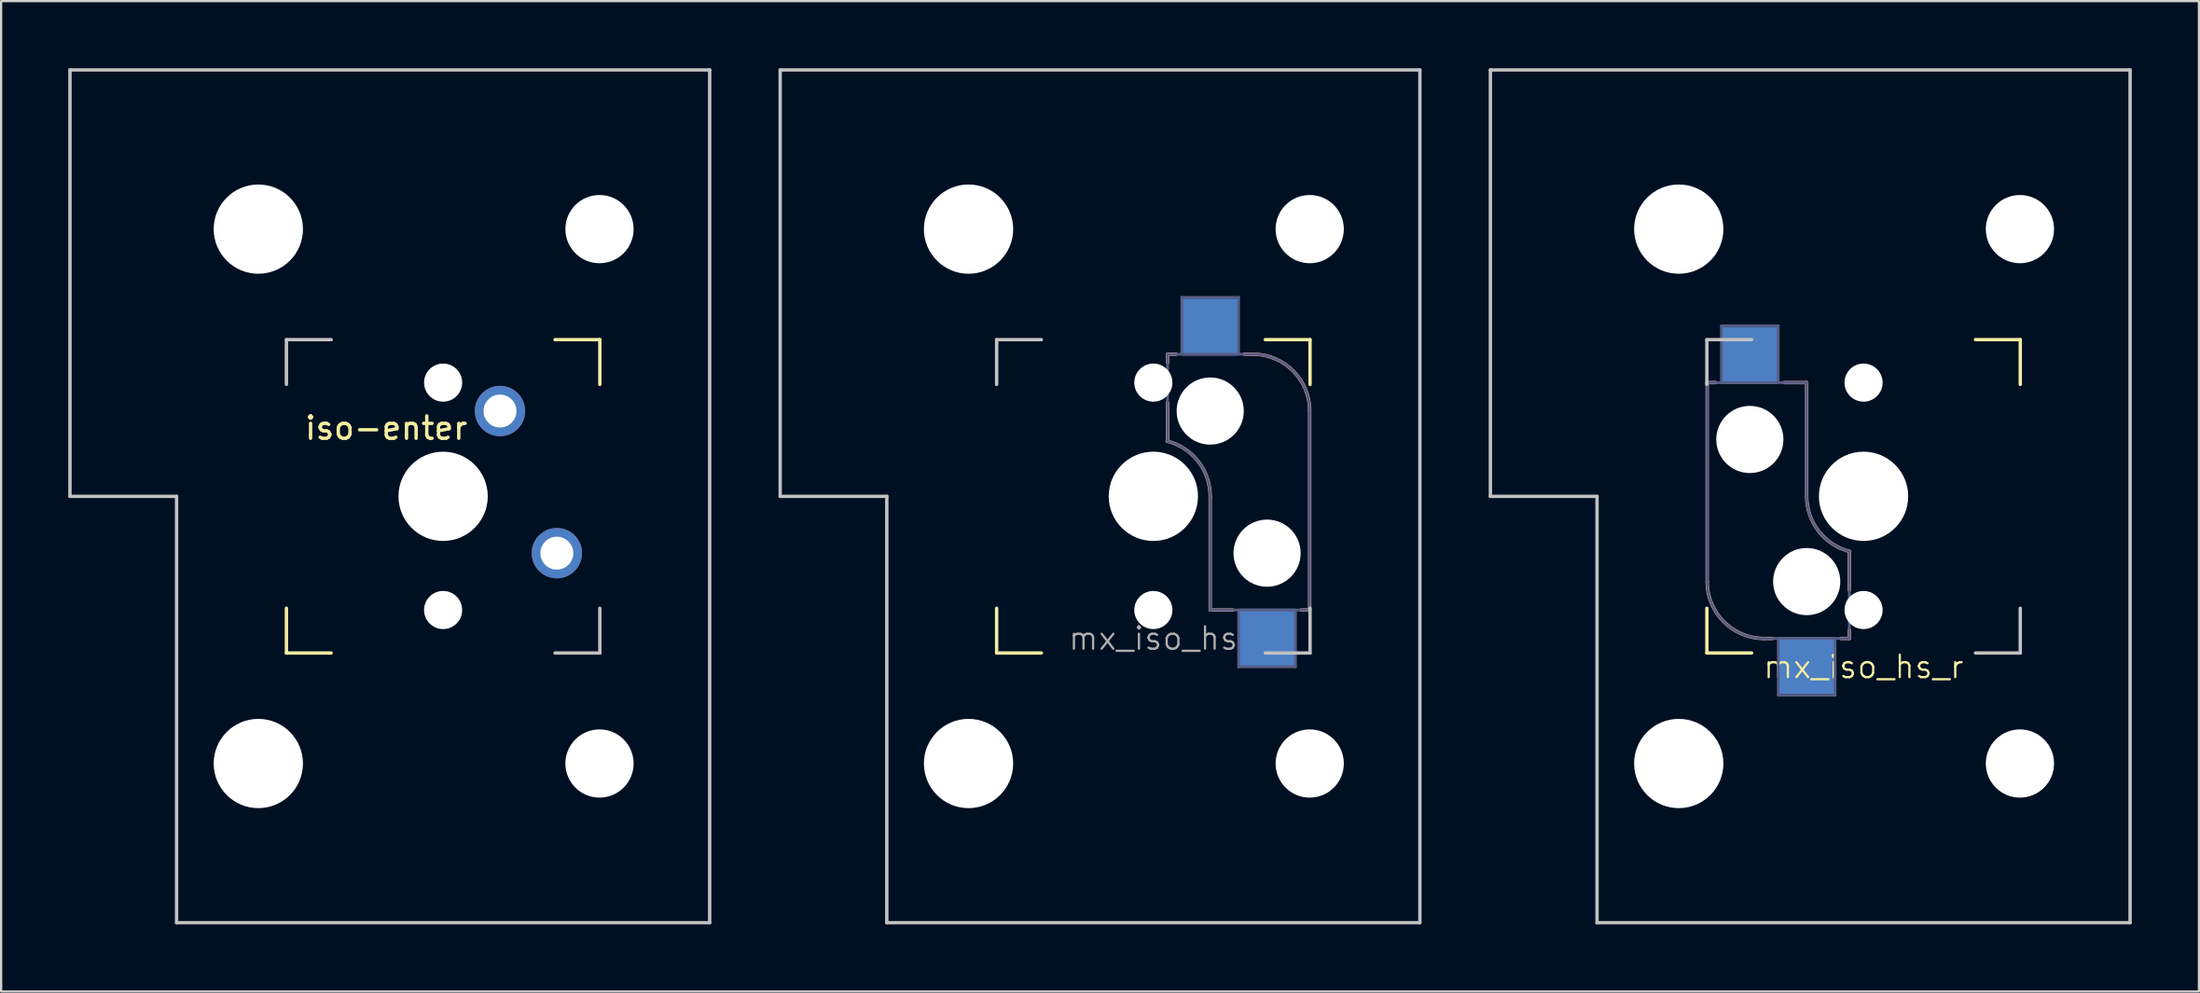
<source format=kicad_pcb>
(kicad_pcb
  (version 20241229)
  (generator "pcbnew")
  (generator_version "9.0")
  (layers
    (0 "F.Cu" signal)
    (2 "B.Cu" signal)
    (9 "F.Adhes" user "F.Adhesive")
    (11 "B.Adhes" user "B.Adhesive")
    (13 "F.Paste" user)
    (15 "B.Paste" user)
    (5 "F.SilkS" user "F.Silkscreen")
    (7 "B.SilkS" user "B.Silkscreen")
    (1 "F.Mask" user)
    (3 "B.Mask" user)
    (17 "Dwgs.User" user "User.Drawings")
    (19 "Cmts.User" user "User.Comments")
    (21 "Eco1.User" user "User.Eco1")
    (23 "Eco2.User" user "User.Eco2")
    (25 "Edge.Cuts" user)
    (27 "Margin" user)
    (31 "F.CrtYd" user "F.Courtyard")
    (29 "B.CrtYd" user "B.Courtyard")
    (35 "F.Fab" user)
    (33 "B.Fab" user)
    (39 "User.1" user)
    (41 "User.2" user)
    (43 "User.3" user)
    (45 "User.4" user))
  (footprint "mx_iso_hs_r"
    (layer "F.Cu")
    (at 80.194 19.125)
    (property "Reference" "mx_iso_hs_r" (at 0 7.62 0) (unlocked yes) (layer "F.SilkS") (effects (font (size 1 1) (thickness 0.1))))
    (attr smd)
    (fp_line (start -7 5) (end -7 7) (stroke (width 0.15) (type solid)) (layer "F.SilkS"))
    (fp_line (start -7 7) (end -5 7) (stroke (width 0.15) (type solid)) (layer "F.SilkS"))
    (fp_line (start 5 -7) (end 7 -7) (stroke (width 0.15) (type solid)) (layer "F.SilkS"))
    (fp_line (start 7 -7) (end 7 -5) (stroke (width 0.15) (type solid)) (layer "F.SilkS"))
    (fp_line (start -6.985 -5.08) (end -6.604 -5.08) (stroke (width 0.15) (type solid)) (layer "B.SilkS"))
    (fp_line (start -6.985 3.81) (end -6.985 -5.08) (stroke (width 0.15) (type solid)) (layer "B.SilkS"))
    (fp_line (start -4.445 6.35) (end -4.064 6.35) (stroke (width 0.15) (type solid)) (layer "B.SilkS"))
    (fp_line (start -3.556 -5.08) (end -2.54 -5.08) (stroke (width 0.15) (type solid)) (layer "B.SilkS"))
    (fp_line (start -2.54 -5.08) (end -2.54 0) (stroke (width 0.15) (type solid)) (layer "B.SilkS"))
    (fp_line (start -1.016 6.35) (end -0.635 6.35) (stroke (width 0.15) (type solid)) (layer "B.SilkS"))
    (fp_line (start -0.635 2.464) (end -0.635 4.191) (stroke (width 0.15) (type solid)) (layer "B.SilkS"))
    (fp_line (start -0.635 5.969) (end -0.635 6.35) (stroke (width 0.15) (type solid)) (layer "B.SilkS"))
    (fp_arc (start -4.444999 6.35) (mid -6.24105 5.606051) (end -6.984999 3.81) (stroke (width 0.15) (type solid)) (layer "B.SilkS"))
    (fp_arc (start -0.616039 2.464162) (mid -2.002041 1.563147) (end -2.539999 0) (stroke (width 0.15) (type solid)) (layer "B.SilkS"))
    (fp_line (start -16.669 -19.05) (end -16.669 0) (stroke (width 0.15) (type solid)) (layer "Dwgs.User"))
    (fp_line (start -16.669 -19.05) (end 11.906 -19.05) (stroke (width 0.15) (type solid)) (layer "Dwgs.User"))
    (fp_line (start -11.906 0) (end -16.669 0) (stroke (width 0.15) (type solid)) (layer "Dwgs.User"))
    (fp_line (start -11.906 19.05) (end -11.906 0) (stroke (width 0.15) (type solid)) (layer "Dwgs.User"))
    (fp_line (start -11.906 19.05) (end 11.906 19.05) (stroke (width 0.15) (type solid)) (layer "Dwgs.User"))
    (fp_line (start -7 -7) (end -7 -5) (stroke (width 0.15) (type solid)) (layer "Dwgs.User"))
    (fp_line (start -5 -7) (end -7 -7) (stroke (width 0.15) (type solid)) (layer "Dwgs.User"))
    (fp_line (start 5 7) (end 7 7) (stroke (width 0.15) (type solid)) (layer "Dwgs.User"))
    (fp_line (start 7 7) (end 7 5) (stroke (width 0.15) (type solid)) (layer "Dwgs.User"))
    (fp_line (start 11.906 -19.05) (end 11.906 19.05) (stroke (width 0.15) (type solid)) (layer "Dwgs.User"))
    (fp_line (start -6.985 -5.08) (end -2.54 -5.08) (stroke (width 0.12) (type solid)) (layer "B.Fab"))
    (fp_line (start -6.985 3.81) (end -6.985 -5.08) (stroke (width 0.12) (type solid)) (layer "B.Fab"))
    (fp_line (start -6.35 -7.62) (end -3.81 -7.62) (stroke (width 0.12) (type solid)) (layer "B.Fab"))
    (fp_line (start -6.35 -5.08) (end -6.35 -7.62) (stroke (width 0.12) (type solid)) (layer "B.Fab"))
    (fp_line (start -3.81 -7.62) (end -3.81 -5.08) (stroke (width 0.12) (type solid)) (layer "B.Fab"))
    (fp_line (start -3.81 8.89) (end -3.81 6.35) (stroke (width 0.12) (type solid)) (layer "B.Fab"))
    (fp_line (start -2.54 -5.08) (end -2.54 0) (stroke (width 0.12) (type solid)) (layer "B.Fab"))
    (fp_line (start -1.27 6.35) (end -1.27 8.89) (stroke (width 0.12) (type solid)) (layer "B.Fab"))
    (fp_line (start -1.27 8.89) (end -3.81 8.89) (stroke (width 0.12) (type solid)) (layer "B.Fab"))
    (fp_line (start -0.635 6.35) (end -4.445 6.35) (stroke (width 0.12) (type solid)) (layer "B.Fab"))
    (fp_line (start -0.635 6.35) (end -0.635 2.54) (stroke (width 0.12) (type solid)) (layer "B.Fab"))
    (fp_arc (start -4.444999 6.35) (mid -6.24105 5.606051) (end -6.984999 3.81) (stroke (width 0.12) (type solid)) (layer "B.Fab"))
    (fp_arc (start -0.616039 2.464162) (mid -2.002041 1.563147) (end -2.539999 0) (stroke (width 0.12) (type solid)) (layer "B.Fab"))
    (pad "" np_thru_hole circle (at -8.255 -11.938) (size 3.988 3.988) (drill 3.988) (layers "*.Cu" "*.Mask"))
    (pad "" np_thru_hole circle (at -8.255 11.938) (size 3.988 3.988) (drill 3.988) (layers "*.Cu" "*.Mask"))
    (pad "" np_thru_hole circle (at -5.08 -2.54 90) (size 3 3) (drill 3) (layers "*.Cu" "*.Mask"))
    (pad "" np_thru_hole circle (at -2.54 3.81 90) (size 3 3) (drill 3) (layers "*.Cu" "*.Mask"))
    (pad "" np_thru_hole circle (at 0 -5.08 48.1) (size 1.702 1.702) (drill 1.702) (layers "*.Cu" "*.Mask"))
    (pad "" np_thru_hole circle (at 0 0) (size 3.988 3.988) (drill 3.988) (layers "*.Cu" "*.Mask"))
    (pad "" np_thru_hole circle (at 0 5.08 48.1) (size 1.702 1.702) (drill 1.702) (layers "*.Cu" "*.Mask"))
    (pad "" np_thru_hole circle (at 6.985 -11.938) (size 3.048 3.048) (drill 3.048) (layers "*.Cu" "*.Mask"))
    (pad "" np_thru_hole circle (at 6.985 11.938) (size 3.048 3.048) (drill 3.048) (layers "*.Cu" "*.Mask"))
    (pad "1" smd rect (at -2.54 7.56 90) (size 2.55 2.5) (layers "B.Cu" "B.Mask" "B.Paste"))
    (pad "2" smd rect (at -5.08 -6.29 90) (size 2.55 2.5) (layers "B.Cu" "B.Mask" "B.Paste")))
  (footprint "mx_iso_hs"
    (layer "F.Cu")
    (at 48.469 19.125)
    (property "Reference" "mx_iso_hs" (at 0 6.35 0) (unlocked yes) (layer "F.Fab") (effects (font (size 1 1) (thickness 0.1))))
    (attr smd)
    (fp_line (start -7 5) (end -7 7) (stroke (width 0.15) (type solid)) (layer "F.SilkS"))
    (fp_line (start -7 7) (end -5 7) (stroke (width 0.15) (type solid)) (layer "F.SilkS"))
    (fp_line (start 5 -7) (end 7 -7) (stroke (width 0.15) (type solid)) (layer "F.SilkS"))
    (fp_line (start 7 -7) (end 7 -5) (stroke (width 0.15) (type solid)) (layer "F.SilkS"))
    (fp_line (start 0.635 -5.969) (end 0.635 -6.35) (stroke (width 0.15) (type solid)) (layer "B.SilkS"))
    (fp_line (start 0.635 -2.464) (end 0.635 -4.191) (stroke (width 0.15) (type solid)) (layer "B.SilkS"))
    (fp_line (start 1.016 -6.35) (end 0.635 -6.35) (stroke (width 0.15) (type solid)) (layer "B.SilkS"))
    (fp_line (start 2.54 5.08) (end 2.54 0) (stroke (width 0.15) (type solid)) (layer "B.SilkS"))
    (fp_line (start 3.556 5.08) (end 2.54 5.08) (stroke (width 0.15) (type solid)) (layer "B.SilkS"))
    (fp_line (start 4.445 -6.35) (end 4.064 -6.35) (stroke (width 0.15) (type solid)) (layer "B.SilkS"))
    (fp_line (start 6.985 -3.81) (end 6.985 5.08) (stroke (width 0.15) (type solid)) (layer "B.SilkS"))
    (fp_line (start 6.985 5.08) (end 6.604 5.08) (stroke (width 0.15) (type solid)) (layer "B.SilkS"))
    (fp_arc (start 0.616039 -2.464162) (mid 2.002041 -1.563147) (end 2.539999 0) (stroke (width 0.15) (type solid)) (layer "B.SilkS"))
    (fp_arc (start 4.444999 -6.35) (mid 6.24105 -5.606051) (end 6.984999 -3.81) (stroke (width 0.15) (type solid)) (layer "B.SilkS"))
    (fp_line (start -16.669 -19.05) (end -16.669 0) (stroke (width 0.15) (type solid)) (layer "Dwgs.User"))
    (fp_line (start -16.669 -19.05) (end 11.906 -19.05) (stroke (width 0.15) (type solid)) (layer "Dwgs.User"))
    (fp_line (start -11.906 0) (end -16.669 0) (stroke (width 0.15) (type solid)) (layer "Dwgs.User"))
    (fp_line (start -11.906 19.05) (end -11.906 0) (stroke (width 0.15) (type solid)) (layer "Dwgs.User"))
    (fp_line (start -11.906 19.05) (end 11.906 19.05) (stroke (width 0.15) (type solid)) (layer "Dwgs.User"))
    (fp_line (start -7 -7) (end -7 -5) (stroke (width 0.15) (type solid)) (layer "Dwgs.User"))
    (fp_line (start -5 -7) (end -7 -7) (stroke (width 0.15) (type solid)) (layer "Dwgs.User"))
    (fp_line (start 5 7) (end 7 7) (stroke (width 0.15) (type solid)) (layer "Dwgs.User"))
    (fp_line (start 7 7) (end 7 5) (stroke (width 0.15) (type solid)) (layer "Dwgs.User"))
    (fp_line (start 11.906 -19.05) (end 11.906 19.05) (stroke (width 0.15) (type solid)) (layer "Dwgs.User"))
    (fp_line (start 0.635 -6.35) (end 0.635 -2.54) (stroke (width 0.12) (type solid)) (layer "B.Fab"))
    (fp_line (start 0.635 -6.35) (end 4.445 -6.35) (stroke (width 0.12) (type solid)) (layer "B.Fab"))
    (fp_line (start 1.27 -8.89) (end 3.81 -8.89) (stroke (width 0.12) (type solid)) (layer "B.Fab"))
    (fp_line (start 1.27 -6.35) (end 1.27 -8.89) (stroke (width 0.12) (type solid)) (layer "B.Fab"))
    (fp_line (start 2.54 5.08) (end 2.54 0) (stroke (width 0.12) (type solid)) (layer "B.Fab"))
    (fp_line (start 3.81 -8.89) (end 3.81 -6.35) (stroke (width 0.12) (type solid)) (layer "B.Fab"))
    (fp_line (start 3.81 7.62) (end 3.81 5.08) (stroke (width 0.12) (type solid)) (layer "B.Fab"))
    (fp_line (start 6.35 5.08) (end 6.35 7.62) (stroke (width 0.12) (type solid)) (layer "B.Fab"))
    (fp_line (start 6.35 7.62) (end 3.81 7.62) (stroke (width 0.12) (type solid)) (layer "B.Fab"))
    (fp_line (start 6.985 -3.81) (end 6.985 5.08) (stroke (width 0.12) (type solid)) (layer "B.Fab"))
    (fp_line (start 6.985 5.08) (end 2.54 5.08) (stroke (width 0.12) (type solid)) (layer "B.Fab"))
    (fp_arc (start 0.616039 -2.464162) (mid 2.002041 -1.563147) (end 2.539999 0) (stroke (width 0.12) (type solid)) (layer "B.Fab"))
    (fp_arc (start 4.444999 -6.35) (mid 6.24105 -5.606051) (end 6.984999 -3.81) (stroke (width 0.12) (type solid)) (layer "B.Fab"))
    (pad "" np_thru_hole circle (at -8.255 -11.938) (size 3.988 3.988) (drill 3.988) (layers "*.Cu" "*.Mask"))
    (pad "" np_thru_hole circle (at -8.255 11.938) (size 3.988 3.988) (drill 3.988) (layers "*.Cu" "*.Mask"))
    (pad "" np_thru_hole circle (at 0 -5.08 48.1) (size 1.702 1.702) (drill 1.702) (layers "*.Cu" "*.Mask"))
    (pad "" np_thru_hole circle (at 0 0) (size 3.988 3.988) (drill 3.988) (layers "*.Cu" "*.Mask"))
    (pad "" np_thru_hole circle (at 0 5.08 48.1) (size 1.702 1.702) (drill 1.702) (layers "*.Cu" "*.Mask"))
    (pad "" np_thru_hole circle (at 2.54 -3.81 270) (size 3 3) (drill 3) (layers "*.Cu" "*.Mask"))
    (pad "" np_thru_hole circle (at 5.08 2.54 270) (size 3 3) (drill 3) (layers "*.Cu" "*.Mask"))
    (pad "" np_thru_hole circle (at 6.985 -11.938) (size 3.048 3.048) (drill 3.048) (layers "*.Cu" "*.Mask"))
    (pad "" np_thru_hole circle (at 6.985 11.938) (size 3.048 3.048) (drill 3.048) (layers "*.Cu" "*.Mask"))
    (pad "1" smd rect (at 2.54 -7.56 270) (size 2.55 2.5) (layers "B.Cu" "B.Mask" "B.Paste"))
    (pad "2" smd rect (at 5.08 6.29 270) (size 2.55 2.5) (layers "B.Cu" "B.Mask" "B.Paste")))
  (footprint "mx_iso"
    (layer "F.Cu")
    (at 16.744 19.125)
    (property "Reference" "mx_iso" (at -2.54 2.54 0) (unlocked yes) (layer "Eco1.User") (effects (font (size 1 1) (thickness 0.15))))
    (fp_line (start -7 5) (end -7 7) (stroke (width 0.15) (type solid)) (layer "F.SilkS"))
    (fp_line (start -7 7) (end -5 7) (stroke (width 0.15) (type solid)) (layer "F.SilkS"))
    (fp_line (start 5 -7) (end 7 -7) (stroke (width 0.15) (type solid)) (layer "F.SilkS"))
    (fp_line (start 7 -7) (end 7 -5) (stroke (width 0.15) (type solid)) (layer "F.SilkS"))
    (fp_line (start -16.669 -19.05) (end -16.669 0) (stroke (width 0.15) (type solid)) (layer "Dwgs.User"))
    (fp_line (start -16.669 -19.05) (end 11.906 -19.05) (stroke (width 0.15) (type solid)) (layer "Dwgs.User"))
    (fp_line (start -11.906 0) (end -16.669 0) (stroke (width 0.15) (type solid)) (layer "Dwgs.User"))
    (fp_line (start -11.906 19.05) (end -11.906 0) (stroke (width 0.15) (type solid)) (layer "Dwgs.User"))
    (fp_line (start -11.906 19.05) (end 11.906 19.05) (stroke (width 0.15) (type solid)) (layer "Dwgs.User"))
    (fp_line (start -7 -7) (end -7 -5) (stroke (width 0.15) (type solid)) (layer "Dwgs.User"))
    (fp_line (start -5 -7) (end -7 -7) (stroke (width 0.15) (type solid)) (layer "Dwgs.User"))
    (fp_line (start 5 7) (end 7 7) (stroke (width 0.15) (type solid)) (layer "Dwgs.User"))
    (fp_line (start 7 7) (end 7 5) (stroke (width 0.15) (type solid)) (layer "Dwgs.User"))
    (fp_line (start 11.906 -19.05) (end 11.906 19.05) (stroke (width 0.15) (type solid)) (layer "Dwgs.User"))
    (fp_text user "iso-enter" (at -2.54 -3.048 0) (layer "F.SilkS") (effects (font (size 1 1) (thickness 0.15))))
    (pad "" np_thru_hole circle (at -8.255 -11.938) (size 3.988 3.988) (drill 3.988) (layers "*.Cu" "*.Mask"))
    (pad "" np_thru_hole circle (at -8.255 11.938) (size 3.988 3.988) (drill 3.988) (layers "*.Cu" "*.Mask"))
    (pad "" np_thru_hole circle (at 0 -5.08 48.1) (size 1.702 1.702) (drill 1.702) (layers "*.Cu" "*.Mask"))
    (pad "" np_thru_hole circle (at 0 0) (size 3.988 3.988) (drill 3.988) (layers "*.Cu" "*.Mask"))
    (pad "" np_thru_hole circle (at 0 5.08 48.1) (size 1.702 1.702) (drill 1.702) (layers "*.Cu" "*.Mask"))
    (pad "" np_thru_hole circle (at 6.985 -11.938) (size 3.048 3.048) (drill 3.048) (layers "*.Cu" "*.Mask"))
    (pad "" np_thru_hole circle (at 6.985 11.938) (size 3.048 3.048) (drill 3.048) (layers "*.Cu" "*.Mask"))
    (pad "1" thru_hole circle (at 2.54 -3.81) (size 2.25 2.25) (drill 1.47) (layers "*.Cu" "B.Mask"))
    (pad "2" thru_hole circle (at 5.08 2.54) (size 2.25 2.25) (drill 1.47) (layers "*.Cu" "B.Mask")))
  (gr_rect
    (start -3 -3)
    (end 95.175 41.25)
    (stroke (width 0.1) (type default))
    (fill no)
    (layer "Edge.Cuts")))
</source>
